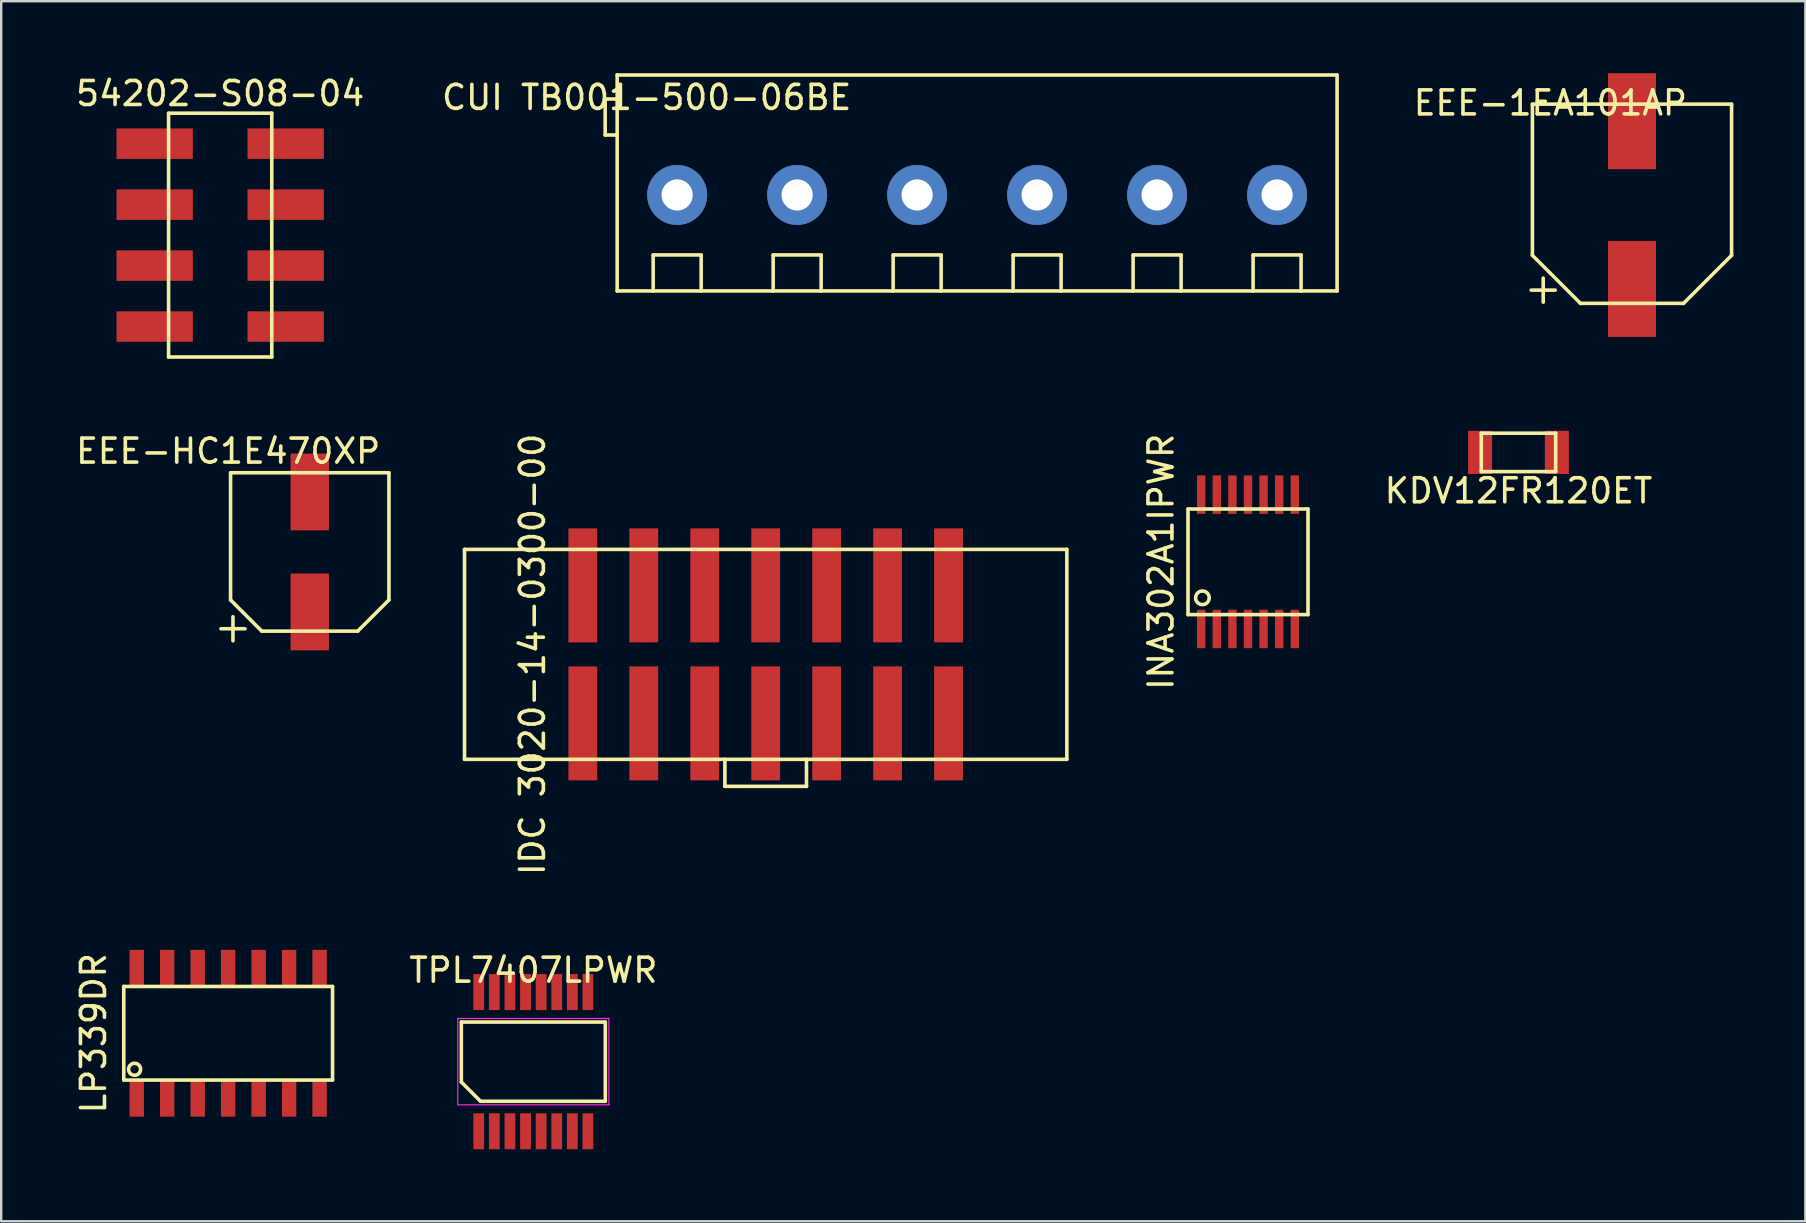
<source format=kicad_pcb>
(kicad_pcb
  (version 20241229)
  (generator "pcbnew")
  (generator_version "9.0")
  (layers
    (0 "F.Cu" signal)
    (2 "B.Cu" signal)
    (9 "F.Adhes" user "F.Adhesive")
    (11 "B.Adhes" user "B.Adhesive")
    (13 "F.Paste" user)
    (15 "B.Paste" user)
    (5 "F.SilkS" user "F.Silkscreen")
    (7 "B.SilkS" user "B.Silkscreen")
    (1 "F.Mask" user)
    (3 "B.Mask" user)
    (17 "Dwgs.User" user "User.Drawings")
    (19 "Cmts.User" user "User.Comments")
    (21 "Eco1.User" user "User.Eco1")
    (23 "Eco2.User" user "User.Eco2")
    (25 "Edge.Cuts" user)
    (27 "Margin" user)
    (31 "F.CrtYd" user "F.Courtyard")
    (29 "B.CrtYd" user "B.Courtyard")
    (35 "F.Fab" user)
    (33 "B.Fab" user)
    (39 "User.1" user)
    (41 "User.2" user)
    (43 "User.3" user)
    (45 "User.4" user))
  (footprint "CUI TB001-500-06BE"
    (layer "F.Cu")
    (at 25.169 5.075)
    (property "Reference" "CUI TB001-500-06BE" (at -1.27 -4.064 0) (layer "F.SilkS") (effects (font (size 1 1) (thickness 0.15))))
    (attr through_hole)
    (fp_line (start -3 -4) (end -3 -2.5) (stroke (width 0.15) (type solid)) (layer "F.SilkS"))
    (fp_line (start -3 -2.5) (end -2.5 -2.5) (stroke (width 0.15) (type solid)) (layer "F.SilkS"))
    (fp_line (start -2.5 -5) (end 27.5 -5) (stroke (width 0.15) (type solid)) (layer "F.SilkS"))
    (fp_line (start -2.5 -4) (end -3 -4) (stroke (width 0.15) (type solid)) (layer "F.SilkS"))
    (fp_line (start -2.5 4) (end -2.5 -5) (stroke (width 0.15) (type solid)) (layer "F.SilkS"))
    (fp_line (start -1 2.5) (end 1 2.5) (stroke (width 0.15) (type solid)) (layer "F.SilkS"))
    (fp_line (start -1 4) (end -1 2.5) (stroke (width 0.15) (type solid)) (layer "F.SilkS"))
    (fp_line (start 1 2.5) (end 1 4) (stroke (width 0.15) (type solid)) (layer "F.SilkS"))
    (fp_line (start 4 2.5) (end 6 2.5) (stroke (width 0.15) (type solid)) (layer "F.SilkS"))
    (fp_line (start 4 4) (end 4 2.5) (stroke (width 0.15) (type solid)) (layer "F.SilkS"))
    (fp_line (start 6 2.5) (end 6 4) (stroke (width 0.15) (type solid)) (layer "F.SilkS"))
    (fp_line (start 9 2.5) (end 11 2.5) (stroke (width 0.15) (type solid)) (layer "F.SilkS"))
    (fp_line (start 9 4) (end 9 2.5) (stroke (width 0.15) (type solid)) (layer "F.SilkS"))
    (fp_line (start 11 2.5) (end 11 4) (stroke (width 0.15) (type solid)) (layer "F.SilkS"))
    (fp_line (start 14 2.5) (end 16 2.5) (stroke (width 0.15) (type solid)) (layer "F.SilkS"))
    (fp_line (start 14 4) (end 14 2.5) (stroke (width 0.15) (type solid)) (layer "F.SilkS"))
    (fp_line (start 16 2.5) (end 16 4) (stroke (width 0.15) (type solid)) (layer "F.SilkS"))
    (fp_line (start 19 2.5) (end 21 2.5) (stroke (width 0.15) (type solid)) (layer "F.SilkS"))
    (fp_line (start 19 4) (end 19 2.5) (stroke (width 0.15) (type solid)) (layer "F.SilkS"))
    (fp_line (start 21 2.5) (end 21 4) (stroke (width 0.15) (type solid)) (layer "F.SilkS"))
    (fp_line (start 24 2.5) (end 26 2.5) (stroke (width 0.15) (type solid)) (layer "F.SilkS"))
    (fp_line (start 24 4) (end 24 2.5) (stroke (width 0.15) (type solid)) (layer "F.SilkS"))
    (fp_line (start 26 2.5) (end 26 4) (stroke (width 0.15) (type solid)) (layer "F.SilkS"))
    (fp_line (start 27.5 -5) (end 27.5 4) (stroke (width 0.15) (type solid)) (layer "F.SilkS"))
    (fp_line (start 27.5 4) (end -2.5 4) (stroke (width 0.15) (type solid)) (layer "F.SilkS"))
    (pad "1" thru_hole circle (at 0 0) (size 2.5 2.5) (drill 1.3) (layers "*.Cu" "*.Mask"))
    (pad "2" thru_hole circle (at 5 0) (size 2.5 2.5) (drill 1.3) (layers "*.Cu" "*.Mask"))
    (pad "3" thru_hole circle (at 10 0) (size 2.5 2.5) (drill 1.3) (layers "*.Cu" "*.Mask"))
    (pad "4" thru_hole circle (at 15 0) (size 2.5 2.5) (drill 1.3) (layers "*.Cu" "*.Mask"))
    (pad "5" thru_hole circle (at 20 0) (size 2.5 2.5) (drill 1.3) (layers "*.Cu" "*.Mask"))
    (pad "6" thru_hole circle (at 25 0) (size 2.5 2.5) (drill 1.3) (layers "*.Cu" "*.Mask")))
  (footprint "EEE-HC1E470XP"
    (layer "F.Cu")
    (at 9.858 19.951)
    (property "Reference" "EEE-HC1E470XP" (at -3.4 -4.2 0) (layer "F.SilkS") (effects (font (size 1 1) (thickness 0.15))))
    (attr through_hole)
    (fp_line (start -3.7 3.2) (end -2.7 3.2) (stroke (width 0.15) (type solid)) (layer "F.SilkS"))
    (fp_line (start -3.3 -3.3) (end 3.3 -3.3) (stroke (width 0.15) (type solid)) (layer "F.SilkS"))
    (fp_line (start -3.3 2) (end -3.3 -3.3) (stroke (width 0.15) (type solid)) (layer "F.SilkS"))
    (fp_line (start -3.3 2) (end -2 3.3) (stroke (width 0.15) (type solid)) (layer "F.SilkS"))
    (fp_line (start -3.2 2.7) (end -3.2 3.7) (stroke (width 0.15) (type solid)) (layer "F.SilkS"))
    (fp_line (start 2 3.3) (end -2 3.3) (stroke (width 0.15) (type solid)) (layer "F.SilkS"))
    (fp_line (start 3.3 -3.3) (end 3.3 2) (stroke (width 0.15) (type solid)) (layer "F.SilkS"))
    (fp_line (start 3.3 2) (end 2 3.3) (stroke (width 0.15) (type solid)) (layer "F.SilkS"))
    (pad "1" smd rect (at 0 2.5) (size 1.6 3.2) (layers "F.Cu" "F.Mask" "F.Paste"))
    (pad "2" smd rect (at 0 -2.5) (size 1.6 3.2) (layers "F.Cu" "F.Mask" "F.Paste")))
  (footprint "LP339DR"
    (layer "F.Cu")
    (at 6.458 40.009)
    (property "Reference" "LP339DR" (at -5.61 0 90) (layer "F.SilkS") (effects (font (size 1 1) (thickness 0.15))))
    (attr smd)
    (fp_line (start -4.35 -1.95) (end 4.35 -1.95) (stroke (width 0.15) (type solid)) (layer "F.SilkS"))
    (fp_line (start -4.35 1.95) (end -4.35 -1.95) (stroke (width 0.15) (type solid)) (layer "F.SilkS"))
    (fp_line (start 4.35 -1.95) (end 4.35 1.95) (stroke (width 0.15) (type solid)) (layer "F.SilkS"))
    (fp_line (start 4.35 1.95) (end -4.35 1.95) (stroke (width 0.15) (type solid)) (layer "F.SilkS"))
    (fp_circle (center -3.9 1.5) (end -3.7 1.35) (stroke (width 0.15) (type solid)) (fill no) (layer "F.SilkS"))
    (pad "1" smd rect (at -3.81 2.7) (size 0.6 1.55) (layers "F.Cu" "F.Mask" "F.Paste"))
    (pad "2" smd rect (at -2.54 2.7) (size 0.6 1.55) (layers "F.Cu" "F.Mask" "F.Paste"))
    (pad "3" smd rect (at -1.27 2.7) (size 0.6 1.55) (layers "F.Cu" "F.Mask" "F.Paste"))
    (pad "4" smd rect (at 0 2.7) (size 0.6 1.55) (layers "F.Cu" "F.Mask" "F.Paste"))
    (pad "5" smd rect (at 1.27 2.7) (size 0.6 1.55) (layers "F.Cu" "F.Mask" "F.Paste"))
    (pad "6" smd rect (at 2.54 2.7) (size 0.6 1.55) (layers "F.Cu" "F.Mask" "F.Paste"))
    (pad "7" smd rect (at 3.81 2.7) (size 0.6 1.55) (layers "F.Cu" "F.Mask" "F.Paste"))
    (pad "8" smd rect (at 3.81 -2.7) (size 0.6 1.55) (layers "F.Cu" "F.Mask" "F.Paste"))
    (pad "9" smd rect (at 2.54 -2.7) (size 0.6 1.55) (layers "F.Cu" "F.Mask" "F.Paste"))
    (pad "10" smd rect (at 1.27 -2.7) (size 0.6 1.55) (layers "F.Cu" "F.Mask" "F.Paste"))
    (pad "11" smd rect (at 0 -2.7) (size 0.6 1.55) (layers "F.Cu" "F.Mask" "F.Paste"))
    (pad "12" smd rect (at -1.27 -2.7) (size 0.6 1.55) (layers "F.Cu" "F.Mask" "F.Paste"))
    (pad "13" smd rect (at -2.54 -2.7) (size 0.6 1.55) (layers "F.Cu" "F.Mask" "F.Paste"))
    (pad "14" smd rect (at -3.81 -2.7) (size 0.6 1.55) (layers "F.Cu" "F.Mask" "F.Paste")))
  (footprint "INA302A1IPWR"
    (layer "F.Cu")
    (at 48.957 20.362)
    (property "Reference" "INA302A1IPWR" (at -3.625 0 90) (layer "F.SilkS") (effects (font (size 1 1) (thickness 0.15))))
    (attr smd)
    (fp_line (start -2.5 -2.2) (end 2.5 -2.2) (stroke (width 0.15) (type solid)) (layer "F.SilkS"))
    (fp_line (start -2.5 2.2) (end -2.5 -2.2) (stroke (width 0.15) (type solid)) (layer "F.SilkS"))
    (fp_line (start 2.5 -2.2) (end 2.5 2.2) (stroke (width 0.15) (type solid)) (layer "F.SilkS"))
    (fp_line (start 2.5 2.2) (end -2.5 2.2) (stroke (width 0.15) (type solid)) (layer "F.SilkS"))
    (fp_circle (center -1.9 1.5) (end -1.7 1.3) (stroke (width 0.15) (type solid)) (fill no) (layer "F.SilkS"))
    (pad "1" smd rect (at -1.95 2.8) (size 0.35 1.6) (layers "F.Cu" "F.Mask" "F.Paste"))
    (pad "2" smd rect (at -1.3 2.8) (size 0.35 1.6) (layers "F.Cu" "F.Mask" "F.Paste"))
    (pad "3" smd rect (at -0.65 2.8) (size 0.35 1.6) (layers "F.Cu" "F.Mask" "F.Paste"))
    (pad "4" smd rect (at 0 2.8) (size 0.35 1.6) (layers "F.Cu" "F.Mask" "F.Paste"))
    (pad "5" smd rect (at 0.65 2.8) (size 0.35 1.6) (layers "F.Cu" "F.Mask" "F.Paste"))
    (pad "6" smd rect (at 1.3 2.8) (size 0.35 1.6) (layers "F.Cu" "F.Mask" "F.Paste"))
    (pad "7" smd rect (at 1.95 2.8) (size 0.35 1.6) (layers "F.Cu" "F.Mask" "F.Paste"))
    (pad "8" smd rect (at 1.95 -2.8) (size 0.35 1.6) (layers "F.Cu" "F.Mask" "F.Paste"))
    (pad "9" smd rect (at 1.3 -2.8) (size 0.35 1.6) (layers "F.Cu" "F.Mask" "F.Paste"))
    (pad "10" smd rect (at 0.65 -2.8) (size 0.35 1.6) (layers "F.Cu" "F.Mask" "F.Paste"))
    (pad "11" smd rect (at 0 -2.8) (size 0.35 1.6) (layers "F.Cu" "F.Mask" "F.Paste"))
    (pad "12" smd rect (at -0.65 -2.8) (size 0.35 1.6) (layers "F.Cu" "F.Mask" "F.Paste"))
    (pad "13" smd rect (at -1.3 -2.8) (size 0.35 1.6) (layers "F.Cu" "F.Mask" "F.Paste"))
    (pad "14" smd rect (at -1.95 -2.8) (size 0.35 1.6) (layers "F.Cu" "F.Mask" "F.Paste")))
  (footprint "EEE-1EA101AP"
    (layer "F.Cu")
    (at 64.959 5.44)
    (property "Reference" "EEE-1EA101AP" (at -3.4 -4.2 0) (layer "F.SilkS") (effects (font (size 1 1) (thickness 0.15))))
    (attr through_hole)
    (fp_line (start -4.2 3.6) (end -3.2 3.6) (stroke (width 0.15) (type solid)) (layer "F.SilkS"))
    (fp_line (start -4.15 -4.15) (end 4.15 -4.15) (stroke (width 0.15) (type solid)) (layer "F.SilkS"))
    (fp_line (start -4.15 2.15) (end -4.15 -4.15) (stroke (width 0.15) (type solid)) (layer "F.SilkS"))
    (fp_line (start -4.15 2.15) (end -2.15 4.15) (stroke (width 0.15) (type solid)) (layer "F.SilkS"))
    (fp_line (start -3.7 3.1) (end -3.7 4.1) (stroke (width 0.15) (type solid)) (layer "F.SilkS"))
    (fp_line (start 2.15 4.15) (end -2.15 4.15) (stroke (width 0.15) (type solid)) (layer "F.SilkS"))
    (fp_line (start 4.15 -4.15) (end 4.15 2.15) (stroke (width 0.15) (type solid)) (layer "F.SilkS"))
    (fp_line (start 4.15 2.15) (end 2.15 4.15) (stroke (width 0.15) (type solid)) (layer "F.SilkS"))
    (pad "1" smd rect (at 0 3.55) (size 2 4) (layers "F.Cu" "F.Mask" "F.Paste"))
    (pad "2" smd rect (at 0 -3.44) (size 2 4) (layers "F.Cu" "F.Mask" "F.Paste")))
  (footprint "54202-S08-04"
    (layer "F.Cu")
    (at 6.125 6.748)
    (property "Reference" "54202-S08-04" (at 0 -5.9 0) (layer "F.SilkS") (effects (font (size 1 1) (thickness 0.15))))
    (attr through_hole)
    (fp_line (start -2.15 -5.08) (end 2.15 -5.08) (stroke (width 0.15) (type solid)) (layer "F.SilkS"))
    (fp_line (start -2.15 5.08) (end -2.15 -5.08) (stroke (width 0.15) (type solid)) (layer "F.SilkS"))
    (fp_line (start 2.15 -5.08) (end 2.15 5.08) (stroke (width 0.15) (type solid)) (layer "F.SilkS"))
    (fp_line (start 2.15 5.08) (end -2.15 5.08) (stroke (width 0.15) (type solid)) (layer "F.SilkS"))
    (pad "1" smd rect (at -2.73 -3.81) (size 3.18 1.27) (layers "F.Cu" "F.Mask" "F.Paste"))
    (pad "2" smd rect (at -2.73 -1.27) (size 3.18 1.27) (layers "F.Cu" "F.Mask" "F.Paste"))
    (pad "3" smd rect (at -2.73 1.27) (size 3.18 1.27) (layers "F.Cu" "F.Mask" "F.Paste"))
    (pad "4" smd rect (at -2.73 3.81) (size 3.18 1.27) (layers "F.Cu" "F.Mask" "F.Paste"))
    (pad "5" smd rect (at 2.73 3.81) (size 3.18 1.27) (layers "F.Cu" "F.Mask" "F.Paste"))
    (pad "6" smd rect (at 2.73 1.27) (size 3.18 1.27) (layers "F.Cu" "F.Mask" "F.Paste"))
    (pad "7" smd rect (at 2.73 -1.27) (size 3.18 1.27) (layers "F.Cu" "F.Mask" "F.Paste"))
    (pad "8" smd rect (at 2.73 -3.81) (size 3.18 1.27) (layers "F.Cu" "F.Mask" "F.Paste")))
  (footprint "KDV12FR120ET"
    (layer "F.Cu")
    (at 60.228 15.803)
    (property "Reference" "KDV12FR120ET" (at 0 1.6 0) (layer "F.SilkS") (effects (font (size 1 1) (thickness 0.15))))
    (attr through_hole)
    (fp_line (start -1.55 -0.8) (end 1.55 -0.8) (stroke (width 0.15) (type solid)) (layer "F.SilkS"))
    (fp_line (start -1.55 0.8) (end -1.55 -0.8) (stroke (width 0.15) (type solid)) (layer "F.SilkS"))
    (fp_line (start 1.55 -0.8) (end 1.55 0.8) (stroke (width 0.15) (type solid)) (layer "F.SilkS"))
    (fp_line (start 1.55 0.8) (end -1.55 0.8) (stroke (width 0.15) (type solid)) (layer "F.SilkS"))
    (pad "1" smd rect (at -1.6 0) (size 1 1.8) (layers "F.Cu" "F.Mask" "F.Paste"))
    (pad "2" smd rect (at 1.6 0) (size 1 1.8) (layers "F.Cu" "F.Mask" "F.Paste")))
  (footprint "TPL7407LPWR"
    (layer "F.Cu")
    (at 19.175 41.192)
    (property "Reference" "TPL7407LPWR" (at 0 -3.81 0) (layer "F.SilkS") (effects (font (size 1 1) (thickness 0.15))))
    (attr smd)
    (fp_line (start -3 -1.65) (end 3 -1.65) (stroke (width 0.15) (type solid)) (layer "F.SilkS"))
    (fp_line (start -3 0.85) (end -3 -1.65) (stroke (width 0.15) (type solid)) (layer "F.SilkS"))
    (fp_line (start -2.2 1.65) (end -3 0.85) (stroke (width 0.15) (type solid)) (layer "F.SilkS"))
    (fp_line (start 3 -1.65) (end 3 1.65) (stroke (width 0.15) (type solid)) (layer "F.SilkS"))
    (fp_line (start 3 1.65) (end -2.2 1.65) (stroke (width 0.15) (type solid)) (layer "F.SilkS"))
    (fp_line (start -3.15 -1.8) (end 3.15 -1.8) (stroke (width 0.05) (type solid)) (layer "F.CrtYd"))
    (fp_line (start -3.15 1.8) (end -3.15 -1.8) (stroke (width 0.05) (type solid)) (layer "F.CrtYd"))
    (fp_line (start 3.15 -1.8) (end 3.15 1.8) (stroke (width 0.05) (type solid)) (layer "F.CrtYd"))
    (fp_line (start 3.15 1.8) (end -3.15 1.8) (stroke (width 0.05) (type solid)) (layer "F.CrtYd"))
    (pad "1" smd rect (at -2.275 2.9) (size 0.45 1.5) (layers "F.Cu" "F.Mask" "F.Paste"))
    (pad "2" smd rect (at -1.625 2.9) (size 0.45 1.5) (layers "F.Cu" "F.Mask" "F.Paste"))
    (pad "3" smd rect (at -0.975 2.9) (size 0.45 1.5) (layers "F.Cu" "F.Mask" "F.Paste"))
    (pad "4" smd rect (at -0.325 2.9) (size 0.45 1.5) (layers "F.Cu" "F.Mask" "F.Paste"))
    (pad "5" smd rect (at 0.325 2.9) (size 0.45 1.5) (layers "F.Cu" "F.Mask" "F.Paste"))
    (pad "6" smd rect (at 0.975 2.9) (size 0.45 1.5) (layers "F.Cu" "F.Mask" "F.Paste"))
    (pad "7" smd rect (at 1.625 2.9) (size 0.45 1.5) (layers "F.Cu" "F.Mask" "F.Paste"))
    (pad "8" smd rect (at 2.275 2.9) (size 0.45 1.5) (layers "F.Cu" "F.Mask" "F.Paste"))
    (pad "9" smd rect (at 2.275 -2.9) (size 0.45 1.5) (layers "F.Cu" "F.Mask" "F.Paste"))
    (pad "10" smd rect (at 1.625 -2.9) (size 0.45 1.5) (layers "F.Cu" "F.Mask" "F.Paste"))
    (pad "11" smd rect (at 0.975 -2.9) (size 0.45 1.5) (layers "F.Cu" "F.Mask" "F.Paste"))
    (pad "12" smd rect (at 0.325 -2.9) (size 0.45 1.5) (layers "F.Cu" "F.Mask" "F.Paste"))
    (pad "13" smd rect (at -0.325 -2.9) (size 0.45 1.5) (layers "F.Cu" "F.Mask" "F.Paste"))
    (pad "14" smd rect (at -0.975 -2.9) (size 0.45 1.5) (layers "F.Cu" "F.Mask" "F.Paste"))
    (pad "15" smd rect (at -1.625 -2.9) (size 0.45 1.5) (layers "F.Cu" "F.Mask" "F.Paste"))
    (pad "16" smd rect (at -2.275 -2.9) (size 0.45 1.5) (layers "F.Cu" "F.Mask" "F.Paste")))
  (footprint "IDC 3020-14-0300-00"
    (layer "F.Cu")
    (at 28.858 24.219)
    (property "Reference" "IDC 3020-14-0300-00" (at -9.72 0 90) (layer "F.SilkS") (effects (font (size 1 1) (thickness 0.15))))
    (attr smd)
    (fp_line (start -12.55 -4.375) (end 12.55 -4.375) (stroke (width 0.15) (type solid)) (layer "F.SilkS"))
    (fp_line (start -12.55 4.375) (end -12.55 -4.375) (stroke (width 0.15) (type solid)) (layer "F.SilkS"))
    (fp_line (start -1.7 5.5) (end -1.7 4.375) (stroke (width 0.15) (type solid)) (layer "F.SilkS"))
    (fp_line (start 1.7 4.375) (end 1.7 5.5) (stroke (width 0.15) (type solid)) (layer "F.SilkS"))
    (fp_line (start 1.7 5.5) (end -1.7 5.5) (stroke (width 0.15) (type solid)) (layer "F.SilkS"))
    (fp_line (start 12.55 -4.375) (end 12.55 4.375) (stroke (width 0.15) (type solid)) (layer "F.SilkS"))
    (fp_line (start 12.55 4.375) (end -12.55 4.375) (stroke (width 0.15) (type solid)) (layer "F.SilkS"))
    (pad "1" smd rect (at -7.62 2.875) (size 1.2 4.75) (layers "F.Cu" "F.Mask" "F.Paste"))
    (pad "2" smd rect (at -7.62 -2.875) (size 1.2 4.75) (layers "F.Cu" "F.Mask" "F.Paste"))
    (pad "3" smd rect (at -5.08 2.875) (size 1.2 4.75) (layers "F.Cu" "F.Mask" "F.Paste"))
    (pad "4" smd rect (at -5.08 -2.875) (size 1.2 4.75) (layers "F.Cu" "F.Mask" "F.Paste"))
    (pad "5" smd rect (at -2.54 2.875) (size 1.2 4.75) (layers "F.Cu" "F.Mask" "F.Paste"))
    (pad "6" smd rect (at -2.54 -2.875) (size 1.2 4.75) (layers "F.Cu" "F.Mask" "F.Paste"))
    (pad "7" smd rect (at 0 2.875) (size 1.2 4.75) (layers "F.Cu" "F.Mask" "F.Paste"))
    (pad "8" smd rect (at 0 -2.875) (size 1.2 4.75) (layers "F.Cu" "F.Mask" "F.Paste"))
    (pad "9" smd rect (at 2.54 2.875) (size 1.2 4.75) (layers "F.Cu" "F.Mask" "F.Paste"))
    (pad "10" smd rect (at 2.54 -2.875) (size 1.2 4.75) (layers "F.Cu" "F.Mask" "F.Paste"))
    (pad "11" smd rect (at 5.08 2.875) (size 1.2 4.75) (layers "F.Cu" "F.Mask" "F.Paste"))
    (pad "12" smd rect (at 5.08 -2.875) (size 1.2 4.75) (layers "F.Cu" "F.Mask" "F.Paste"))
    (pad "13" smd rect (at 7.62 2.875) (size 1.2 4.75) (layers "F.Cu" "F.Mask" "F.Paste"))
    (pad "14" smd rect (at 7.62 -2.875) (size 1.2 4.75) (layers "F.Cu" "F.Mask" "F.Paste")))
  (gr_rect
    (start -3 -3)
    (end 72.184 47.842)
    (stroke (width 0.1) (type default))
    (fill no)
    (layer "Edge.Cuts")))
</source>
